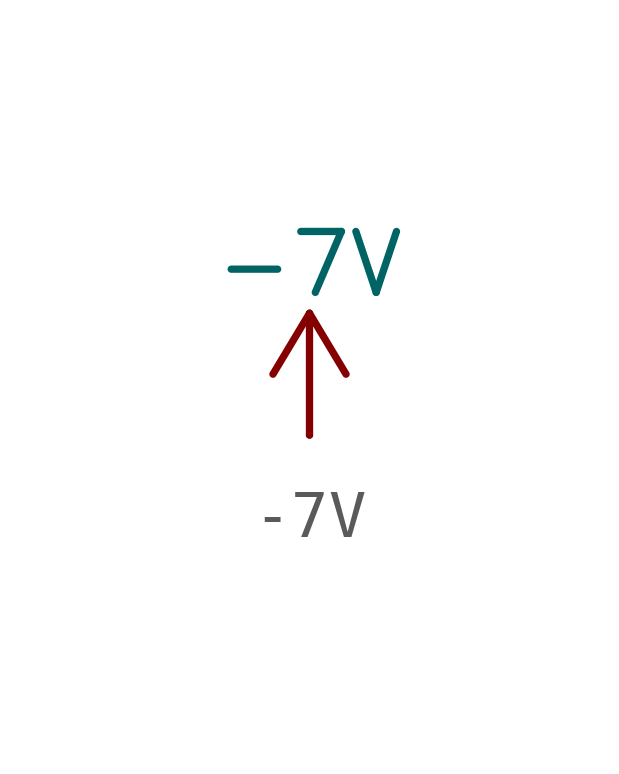
<source format=kicad_sym>
(kicad_symbol_lib
  (version 20241209)
  (generator "kicad_symbol_editor")
  (generator_version "9.0")
  (symbol "-7V"
    (power)
    (pin_numbers
      (hide yes))
    (pin_names
      (offset 0)
      (hide yes))
    (property "Reference" "#PWR"
      (at 0 -3.81 0)
      (effects (font (size 1.27 1.27)) (hide yes)))
    (property "Value" "-7V"
      (at 0 3.556 0)
      (effects (font (size 1.27 1.27))))
    (symbol "-7V_0_1"
      (polyline (pts (xy -0.762 1.27) (xy 0 2.54)) (stroke (width 0) (type default)) (fill (type none)))
      (polyline (pts (xy 0 2.54) (xy 0.762 1.27)) (stroke (width 0) (type default)) (fill (type none)))
      (polyline (pts (xy 0 0) (xy 0 2.54)) (stroke (width 0) (type default)) (fill (type none))))
    (symbol "-7V_1_1"
      (pin power_in line (at 0 0 90) (length 0) (name "~" (effects (font (size 1.27 1.27)))) (number "1" (effects (font (size 1.27 1.27))))))))
</source>
